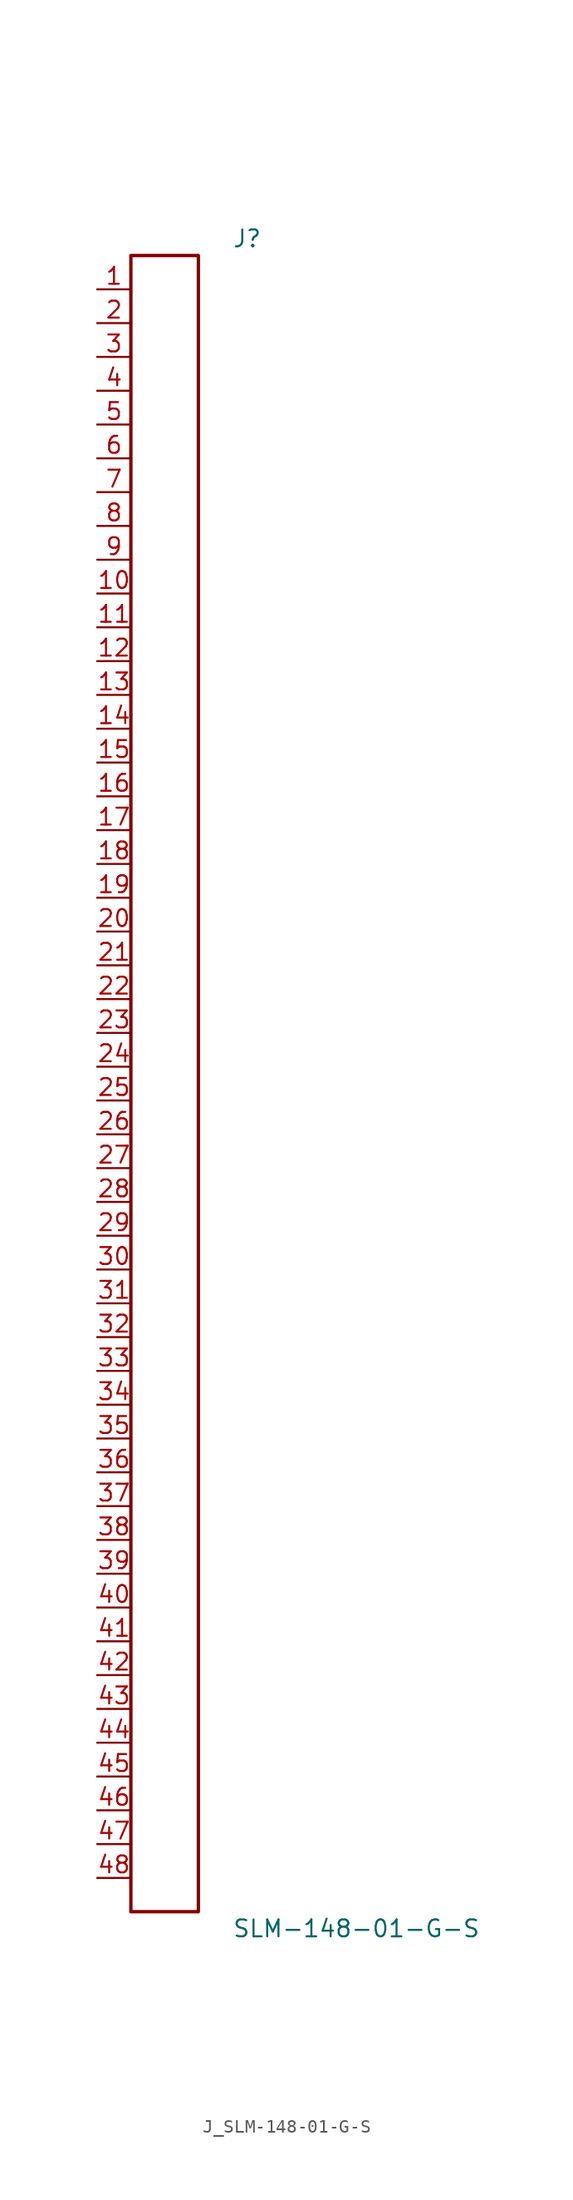
<source format=kicad_sym>
(kicad_symbol_lib
  (version 20231120)
  (generator kicad_symbol_editor)
  (generator_version 8.0)
  (symbol "J_SLM-148-01-G-S"
    (pin_names
      (offset 0.254))
    (property "Reference" "J"
      (at 5.08 63.5 0)
      (effects (font (size 1.27 1.27)) (justify left)))
    (property "Value" "SLM-148-01-G-S"
      (at 5.08 -63.5 0)
      (effects (font (size 1.27 1.27)) (justify left)))
    (symbol "J_SLM-148-01-G-S_0_0"
      (pin passive line (at -5.08 59.69 0) (length 2.54) (name "" (effects (font (size 1.27 1.27)))) (number "1" (effects (font (size 1.27 1.27)))))
      (pin passive line (at -5.08 57.15 0) (length 2.54) (name "" (effects (font (size 1.27 1.27)))) (number "2" (effects (font (size 1.27 1.27)))))
      (pin passive line (at -5.08 54.61 0) (length 2.54) (name "" (effects (font (size 1.27 1.27)))) (number "3" (effects (font (size 1.27 1.27)))))
      (pin passive line (at -5.08 52.07 0) (length 2.54) (name "" (effects (font (size 1.27 1.27)))) (number "4" (effects (font (size 1.27 1.27)))))
      (pin passive line (at -5.08 49.53 0) (length 2.54) (name "" (effects (font (size 1.27 1.27)))) (number "5" (effects (font (size 1.27 1.27)))))
      (pin passive line (at -5.08 46.99 0) (length 2.54) (name "" (effects (font (size 1.27 1.27)))) (number "6" (effects (font (size 1.27 1.27)))))
      (pin passive line (at -5.08 44.45 0) (length 2.54) (name "" (effects (font (size 1.27 1.27)))) (number "7" (effects (font (size 1.27 1.27)))))
      (pin passive line (at -5.08 41.91 0) (length 2.54) (name "" (effects (font (size 1.27 1.27)))) (number "8" (effects (font (size 1.27 1.27)))))
      (pin passive line (at -5.08 39.37 0) (length 2.54) (name "" (effects (font (size 1.27 1.27)))) (number "9" (effects (font (size 1.27 1.27)))))
      (pin passive line (at -5.08 36.83 0) (length 2.54) (name "" (effects (font (size 1.27 1.27)))) (number "10" (effects (font (size 1.27 1.27)))))
      (pin passive line (at -5.08 34.29 0) (length 2.54) (name "" (effects (font (size 1.27 1.27)))) (number "11" (effects (font (size 1.27 1.27)))))
      (pin passive line (at -5.08 31.75 0) (length 2.54) (name "" (effects (font (size 1.27 1.27)))) (number "12" (effects (font (size 1.27 1.27)))))
      (pin passive line (at -5.08 29.21 0) (length 2.54) (name "" (effects (font (size 1.27 1.27)))) (number "13" (effects (font (size 1.27 1.27)))))
      (pin passive line (at -5.08 26.67 0) (length 2.54) (name "" (effects (font (size 1.27 1.27)))) (number "14" (effects (font (size 1.27 1.27)))))
      (pin passive line (at -5.08 24.13 0) (length 2.54) (name "" (effects (font (size 1.27 1.27)))) (number "15" (effects (font (size 1.27 1.27)))))
      (pin passive line (at -5.08 21.59 0) (length 2.54) (name "" (effects (font (size 1.27 1.27)))) (number "16" (effects (font (size 1.27 1.27)))))
      (pin passive line (at -5.08 19.05 0) (length 2.54) (name "" (effects (font (size 1.27 1.27)))) (number "17" (effects (font (size 1.27 1.27)))))
      (pin passive line (at -5.08 16.51 0) (length 2.54) (name "" (effects (font (size 1.27 1.27)))) (number "18" (effects (font (size 1.27 1.27)))))
      (pin passive line (at -5.08 13.97 0) (length 2.54) (name "" (effects (font (size 1.27 1.27)))) (number "19" (effects (font (size 1.27 1.27)))))
      (pin passive line (at -5.08 11.43 0) (length 2.54) (name "" (effects (font (size 1.27 1.27)))) (number "20" (effects (font (size 1.27 1.27)))))
      (pin passive line (at -5.08 8.89 0) (length 2.54) (name "" (effects (font (size 1.27 1.27)))) (number "21" (effects (font (size 1.27 1.27)))))
      (pin passive line (at -5.08 6.35 0) (length 2.54) (name "" (effects (font (size 1.27 1.27)))) (number "22" (effects (font (size 1.27 1.27)))))
      (pin passive line (at -5.08 3.81 0) (length 2.54) (name "" (effects (font (size 1.27 1.27)))) (number "23" (effects (font (size 1.27 1.27)))))
      (pin passive line (at -5.08 1.27 0) (length 2.54) (name "" (effects (font (size 1.27 1.27)))) (number "24" (effects (font (size 1.27 1.27)))))
      (pin passive line (at -5.08 -1.27 0) (length 2.54) (name "" (effects (font (size 1.27 1.27)))) (number "25" (effects (font (size 1.27 1.27)))))
      (pin passive line (at -5.08 -3.81 0) (length 2.54) (name "" (effects (font (size 1.27 1.27)))) (number "26" (effects (font (size 1.27 1.27)))))
      (pin passive line (at -5.08 -6.35 0) (length 2.54) (name "" (effects (font (size 1.27 1.27)))) (number "27" (effects (font (size 1.27 1.27)))))
      (pin passive line (at -5.08 -8.89 0) (length 2.54) (name "" (effects (font (size 1.27 1.27)))) (number "28" (effects (font (size 1.27 1.27)))))
      (pin passive line (at -5.08 -11.43 0) (length 2.54) (name "" (effects (font (size 1.27 1.27)))) (number "29" (effects (font (size 1.27 1.27)))))
      (pin passive line (at -5.08 -13.97 0) (length 2.54) (name "" (effects (font (size 1.27 1.27)))) (number "30" (effects (font (size 1.27 1.27)))))
      (pin passive line (at -5.08 -16.51 0) (length 2.54) (name "" (effects (font (size 1.27 1.27)))) (number "31" (effects (font (size 1.27 1.27)))))
      (pin passive line (at -5.08 -19.05 0) (length 2.54) (name "" (effects (font (size 1.27 1.27)))) (number "32" (effects (font (size 1.27 1.27)))))
      (pin passive line (at -5.08 -21.59 0) (length 2.54) (name "" (effects (font (size 1.27 1.27)))) (number "33" (effects (font (size 1.27 1.27)))))
      (pin passive line (at -5.08 -24.13 0) (length 2.54) (name "" (effects (font (size 1.27 1.27)))) (number "34" (effects (font (size 1.27 1.27)))))
      (pin passive line (at -5.08 -26.67 0) (length 2.54) (name "" (effects (font (size 1.27 1.27)))) (number "35" (effects (font (size 1.27 1.27)))))
      (pin passive line (at -5.08 -29.21 0) (length 2.54) (name "" (effects (font (size 1.27 1.27)))) (number "36" (effects (font (size 1.27 1.27)))))
      (pin passive line (at -5.08 -31.75 0) (length 2.54) (name "" (effects (font (size 1.27 1.27)))) (number "37" (effects (font (size 1.27 1.27)))))
      (pin passive line (at -5.08 -34.29 0) (length 2.54) (name "" (effects (font (size 1.27 1.27)))) (number "38" (effects (font (size 1.27 1.27)))))
      (pin passive line (at -5.08 -36.83 0) (length 2.54) (name "" (effects (font (size 1.27 1.27)))) (number "39" (effects (font (size 1.27 1.27)))))
      (pin passive line (at -5.08 -39.37 0) (length 2.54) (name "" (effects (font (size 1.27 1.27)))) (number "40" (effects (font (size 1.27 1.27)))))
      (pin passive line (at -5.08 -41.91 0) (length 2.54) (name "" (effects (font (size 1.27 1.27)))) (number "41" (effects (font (size 1.27 1.27)))))
      (pin passive line (at -5.08 -44.45 0) (length 2.54) (name "" (effects (font (size 1.27 1.27)))) (number "42" (effects (font (size 1.27 1.27)))))
      (pin passive line (at -5.08 -46.99 0) (length 2.54) (name "" (effects (font (size 1.27 1.27)))) (number "43" (effects (font (size 1.27 1.27)))))
      (pin passive line (at -5.08 -49.53 0) (length 2.54) (name "" (effects (font (size 1.27 1.27)))) (number "44" (effects (font (size 1.27 1.27)))))
      (pin passive line (at -5.08 -52.07 0) (length 2.54) (name "" (effects (font (size 1.27 1.27)))) (number "45" (effects (font (size 1.27 1.27)))))
      (pin passive line (at -5.08 -54.61 0) (length 2.54) (name "" (effects (font (size 1.27 1.27)))) (number "46" (effects (font (size 1.27 1.27)))))
      (pin passive line (at -5.08 -57.15 0) (length 2.54) (name "" (effects (font (size 1.27 1.27)))) (number "47" (effects (font (size 1.27 1.27)))))
      (pin passive line (at -5.08 -59.69 0) (length 2.54) (name "" (effects (font (size 1.27 1.27)))) (number "48" (effects (font (size 1.27 1.27))))))
    (symbol "J_SLM-148-01-G-S_1_0"
      (rectangle (start -2.54 62.23) (end 2.54 -62.23) (stroke (width 0.254) (type solid)) (fill (type none))))))
</source>
